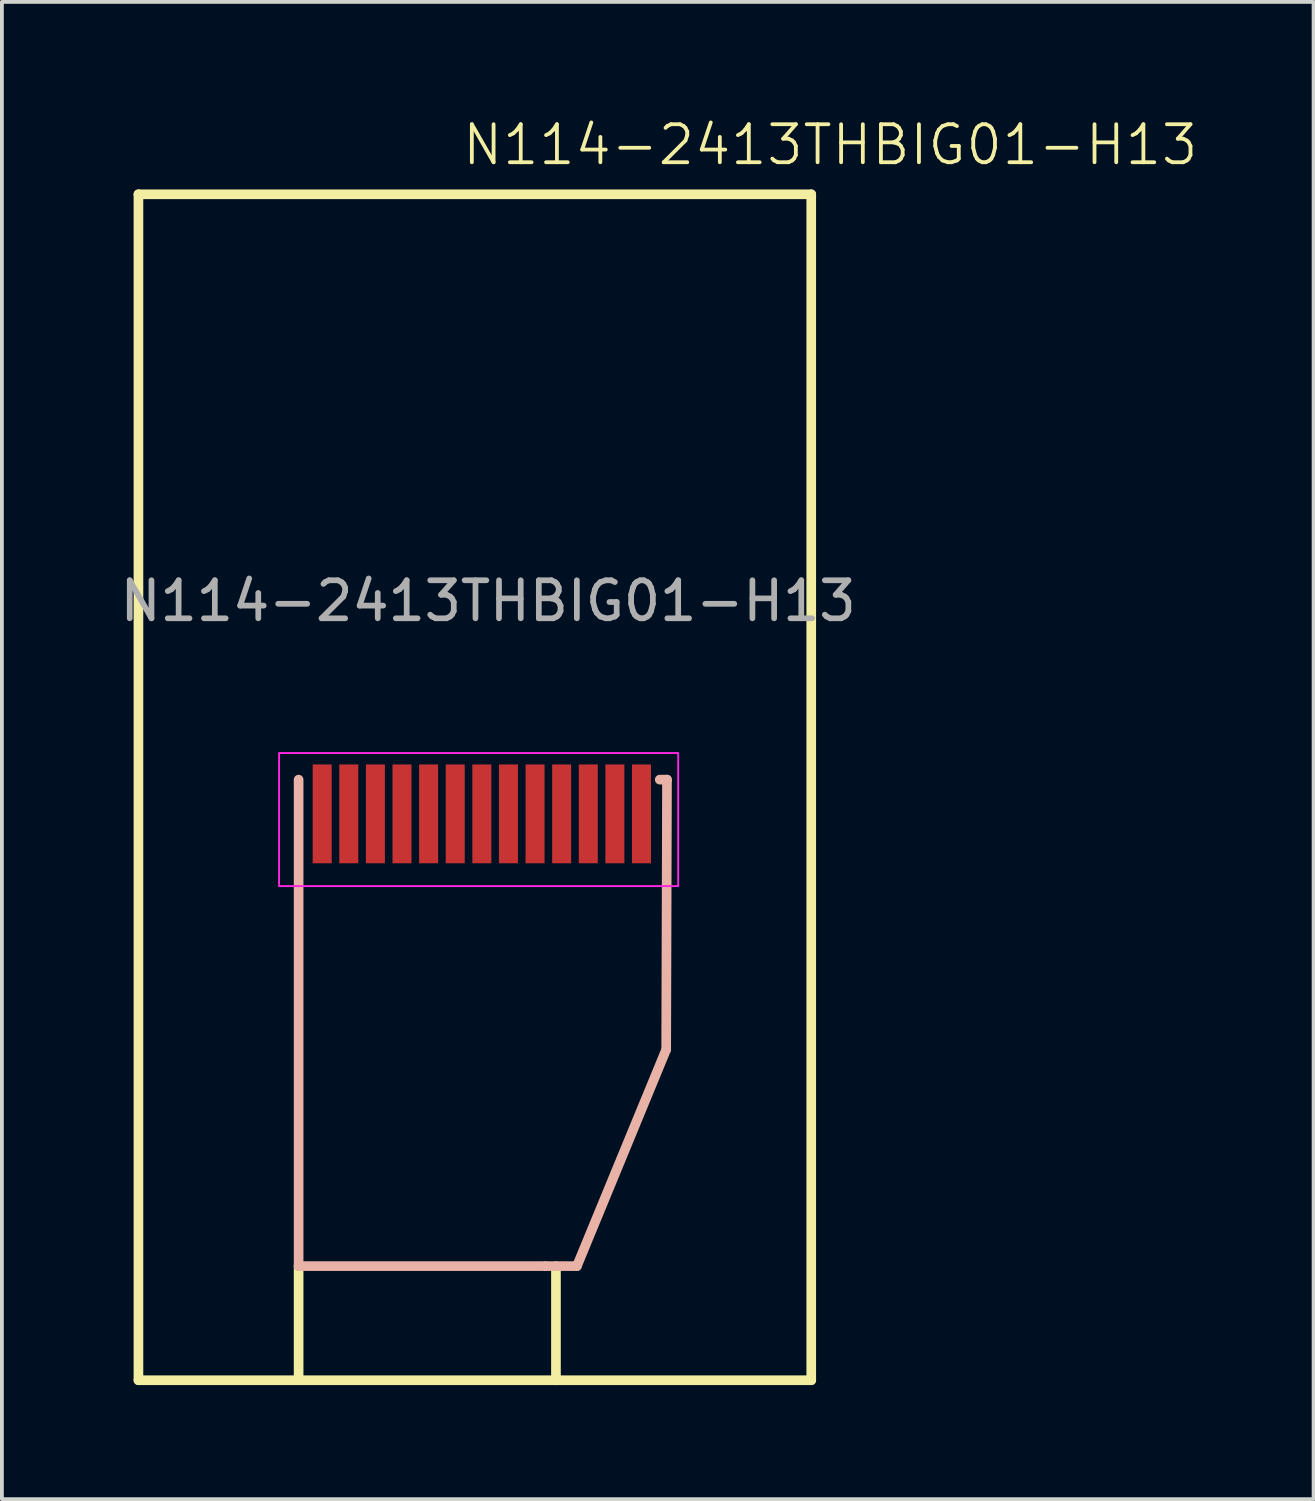
<source format=kicad_pcb>
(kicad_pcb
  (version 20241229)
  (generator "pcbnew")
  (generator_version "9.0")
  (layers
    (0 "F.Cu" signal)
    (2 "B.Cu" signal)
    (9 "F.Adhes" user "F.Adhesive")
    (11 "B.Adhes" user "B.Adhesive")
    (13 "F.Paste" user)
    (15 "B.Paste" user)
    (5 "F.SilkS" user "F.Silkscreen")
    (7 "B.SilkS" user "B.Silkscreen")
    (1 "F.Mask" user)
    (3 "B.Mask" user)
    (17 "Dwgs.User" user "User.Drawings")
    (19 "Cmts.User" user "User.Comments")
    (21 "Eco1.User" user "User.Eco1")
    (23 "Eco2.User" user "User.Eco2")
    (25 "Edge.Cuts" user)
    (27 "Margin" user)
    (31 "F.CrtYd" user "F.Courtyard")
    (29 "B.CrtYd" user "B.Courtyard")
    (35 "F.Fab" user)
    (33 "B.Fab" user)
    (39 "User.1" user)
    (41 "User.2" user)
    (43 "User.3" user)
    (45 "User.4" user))
  (footprint "N114-2413THBIG01-H13"
    (layer "F.Cu")
    (at 9.792 18.261)
    (property "Reference" "N114-2413THBIG01-H13" (at 9 -17.5 0) (unlocked yes) (layer "F.SilkS") (effects (font (size 1 1) (thickness 0.1))))
    (attr smd)
    (fp_line (start -9.2 -16.2) (end 8.5 -16.2) (stroke (width 0.254) (type solid)) (layer "F.SilkS"))
    (fp_line (start -9.2 15) (end -9.2 -16.2) (stroke (width 0.254) (type solid)) (layer "F.SilkS"))
    (fp_line (start -4.986 11.99) (end -4.986 14.991) (stroke (width 0.254) (type solid)) (layer "F.SilkS"))
    (fp_line (start 1.784 12) (end 1.784 15.001) (stroke (width 0.254) (type solid)) (layer "F.SilkS"))
    (fp_line (start 8.5 -16.2) (end 8.5 15) (stroke (width 0.254) (type solid)) (layer "F.SilkS"))
    (fp_line (start 8.5 15) (end -9.2 15) (stroke (width 0.254) (type solid)) (layer "F.SilkS"))
    (fp_line (start -4.986 -0.801) (end -4.986 11.998) (stroke (width 0.254) (type solid)) (layer "B.SilkS"))
    (fp_line (start -4.986 11.998) (end 1.509 11.998) (stroke (width 0.254) (type solid)) (layer "B.SilkS"))
    (fp_line (start 1.509 11.998) (end 2.335 11.998) (stroke (width 0.254) (type solid)) (layer "B.SilkS"))
    (fp_line (start 2.335 11.998) (end 4.684 6.301) (stroke (width 0.254) (type solid)) (layer "B.SilkS"))
    (fp_line (start 4.684 6.301) (end 4.705 -0.801) (stroke (width 0.254) (type solid)) (layer "B.SilkS"))
    (fp_line (start 4.705 -0.801) (end 4.514 -0.801) (stroke (width 0.254) (type solid)) (layer "B.SilkS"))
    (fp_rect (start -5.5 -1.5) (end 5 2) (stroke (width 0.05) (type default)) (fill no) (layer "F.CrtYd"))
    (fp_text user "${REFERENCE}" (at 0 -5.5 0) (unlocked yes) (layer "F.Fab") (effects (font (size 1 1) (thickness 0.15))))
    (pad "1" smd rect (at 4.034 0.1 180) (size 0.5 2.6) (layers "F.Cu" "F.Mask" "F.Paste"))
    (pad "2" smd rect (at 3.334 0.1 180) (size 0.5 2.6) (layers "F.Cu" "F.Mask" "F.Paste"))
    (pad "3" smd rect (at 2.634 0.1 180) (size 0.5 2.6) (layers "F.Cu" "F.Mask" "F.Paste"))
    (pad "4" smd rect (at 1.934 0.1 180) (size 0.5 2.6) (layers "F.Cu" "F.Mask" "F.Paste"))
    (pad "5" smd rect (at 1.234 0.1 180) (size 0.5 2.6) (layers "F.Cu" "F.Mask" "F.Paste"))
    (pad "6" smd rect (at 0.534 0.1 180) (size 0.5 2.6) (layers "F.Cu" "F.Mask" "F.Paste"))
    (pad "7" smd rect (at -0.166 0.1 180) (size 0.5 2.6) (layers "F.Cu" "F.Mask" "F.Paste"))
    (pad "8" smd rect (at -0.866 0.1 180) (size 0.5 2.6) (layers "F.Cu" "F.Mask" "F.Paste"))
    (pad "9" smd rect (at -1.566 0.1 180) (size 0.5 2.6) (layers "F.Cu" "F.Mask" "F.Paste"))
    (pad "10" smd rect (at -2.266 0.1 180) (size 0.5 2.6) (layers "F.Cu" "F.Mask" "F.Paste"))
    (pad "11" smd rect (at -2.966 0.1 180) (size 0.5 2.6) (layers "F.Cu" "F.Mask" "F.Paste"))
    (pad "12" smd rect (at -3.666 0.1 180) (size 0.5 2.6) (layers "F.Cu" "F.Mask" "F.Paste"))
    (pad "13" smd rect (at -4.366 0.1 180) (size 0.5 2.6) (layers "F.Cu" "F.Mask" "F.Paste")))
  (gr_rect
    (start -3 -3)
    (end 31.508 36.389)
    (stroke (width 0.1) (type default))
    (fill no)
    (layer "Edge.Cuts")))
</source>
